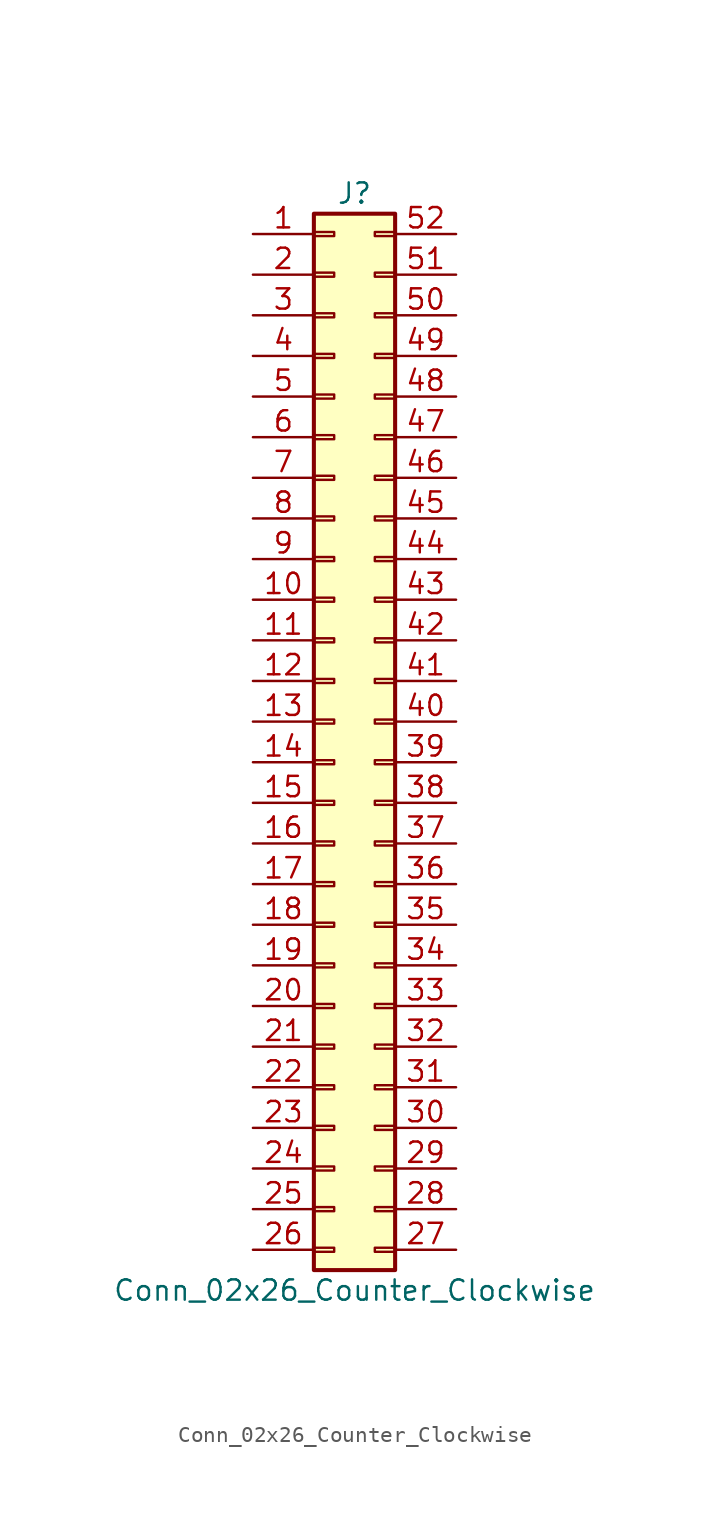
<source format=kicad_sym>
(kicad_symbol_lib
  (version 20220914)
  (generator kicad_symbol_editor)
  (symbol "Conn_02x26_Counter_Clockwise"
    (pin_names
      (offset 1.016) hide)
    (property "Reference" "J"
      (at 1.27 33.02 0)
      (effects (font (size 1.27 1.27))))
    (property "Value" "Conn_02x26_Counter_Clockwise"
      (at 1.27 -35.56 0)
      (effects (font (size 1.27 1.27))))
    (symbol "Conn_02x26_Counter_Clockwise_1_1"
      (rectangle (start -1.27 -32.893) (end 0 -33.147) (stroke (width 0.152) (type default)) (fill (type none)))
      (rectangle (start -1.27 -30.353) (end 0 -30.607) (stroke (width 0.152) (type default)) (fill (type none)))
      (rectangle (start -1.27 -27.813) (end 0 -28.067) (stroke (width 0.152) (type default)) (fill (type none)))
      (rectangle (start -1.27 -25.273) (end 0 -25.527) (stroke (width 0.152) (type default)) (fill (type none)))
      (rectangle (start -1.27 -22.733) (end 0 -22.987) (stroke (width 0.152) (type default)) (fill (type none)))
      (rectangle (start -1.27 -20.193) (end 0 -20.447) (stroke (width 0.152) (type default)) (fill (type none)))
      (rectangle (start -1.27 -17.653) (end 0 -17.907) (stroke (width 0.152) (type default)) (fill (type none)))
      (rectangle (start -1.27 -15.113) (end 0 -15.367) (stroke (width 0.152) (type default)) (fill (type none)))
      (rectangle (start -1.27 -12.573) (end 0 -12.827) (stroke (width 0.152) (type default)) (fill (type none)))
      (rectangle (start -1.27 -10.033) (end 0 -10.287) (stroke (width 0.152) (type default)) (fill (type none)))
      (rectangle (start -1.27 -7.493) (end 0 -7.747) (stroke (width 0.152) (type default)) (fill (type none)))
      (rectangle (start -1.27 -4.953) (end 0 -5.207) (stroke (width 0.152) (type default)) (fill (type none)))
      (rectangle (start -1.27 -2.413) (end 0 -2.667) (stroke (width 0.152) (type default)) (fill (type none)))
      (rectangle (start -1.27 0.127) (end 0 -0.127) (stroke (width 0.152) (type default)) (fill (type none)))
      (rectangle (start -1.27 2.667) (end 0 2.413) (stroke (width 0.152) (type default)) (fill (type none)))
      (rectangle (start -1.27 5.207) (end 0 4.953) (stroke (width 0.152) (type default)) (fill (type none)))
      (rectangle (start -1.27 7.747) (end 0 7.493) (stroke (width 0.152) (type default)) (fill (type none)))
      (rectangle (start -1.27 10.287) (end 0 10.033) (stroke (width 0.152) (type default)) (fill (type none)))
      (rectangle (start -1.27 12.827) (end 0 12.573) (stroke (width 0.152) (type default)) (fill (type none)))
      (rectangle (start -1.27 15.367) (end 0 15.113) (stroke (width 0.152) (type default)) (fill (type none)))
      (rectangle (start -1.27 17.907) (end 0 17.653) (stroke (width 0.152) (type default)) (fill (type none)))
      (rectangle (start -1.27 20.447) (end 0 20.193) (stroke (width 0.152) (type default)) (fill (type none)))
      (rectangle (start -1.27 22.987) (end 0 22.733) (stroke (width 0.152) (type default)) (fill (type none)))
      (rectangle (start -1.27 25.527) (end 0 25.273) (stroke (width 0.152) (type default)) (fill (type none)))
      (rectangle (start -1.27 28.067) (end 0 27.813) (stroke (width 0.152) (type default)) (fill (type none)))
      (rectangle (start -1.27 30.607) (end 0 30.353) (stroke (width 0.152) (type default)) (fill (type none)))
      (rectangle (start -1.27 31.75) (end 3.81 -34.29) (stroke (width 0.254) (type default)) (fill (type background)))
      (rectangle (start 3.81 -32.893) (end 2.54 -33.147) (stroke (width 0.152) (type default)) (fill (type none)))
      (rectangle (start 3.81 -30.353) (end 2.54 -30.607) (stroke (width 0.152) (type default)) (fill (type none)))
      (rectangle (start 3.81 -27.813) (end 2.54 -28.067) (stroke (width 0.152) (type default)) (fill (type none)))
      (rectangle (start 3.81 -25.273) (end 2.54 -25.527) (stroke (width 0.152) (type default)) (fill (type none)))
      (rectangle (start 3.81 -22.733) (end 2.54 -22.987) (stroke (width 0.152) (type default)) (fill (type none)))
      (rectangle (start 3.81 -20.193) (end 2.54 -20.447) (stroke (width 0.152) (type default)) (fill (type none)))
      (rectangle (start 3.81 -17.653) (end 2.54 -17.907) (stroke (width 0.152) (type default)) (fill (type none)))
      (rectangle (start 3.81 -15.113) (end 2.54 -15.367) (stroke (width 0.152) (type default)) (fill (type none)))
      (rectangle (start 3.81 -12.573) (end 2.54 -12.827) (stroke (width 0.152) (type default)) (fill (type none)))
      (rectangle (start 3.81 -10.033) (end 2.54 -10.287) (stroke (width 0.152) (type default)) (fill (type none)))
      (rectangle (start 3.81 -7.493) (end 2.54 -7.747) (stroke (width 0.152) (type default)) (fill (type none)))
      (rectangle (start 3.81 -4.953) (end 2.54 -5.207) (stroke (width 0.152) (type default)) (fill (type none)))
      (rectangle (start 3.81 -2.413) (end 2.54 -2.667) (stroke (width 0.152) (type default)) (fill (type none)))
      (rectangle (start 3.81 0.127) (end 2.54 -0.127) (stroke (width 0.152) (type default)) (fill (type none)))
      (rectangle (start 3.81 2.667) (end 2.54 2.413) (stroke (width 0.152) (type default)) (fill (type none)))
      (rectangle (start 3.81 5.207) (end 2.54 4.953) (stroke (width 0.152) (type default)) (fill (type none)))
      (rectangle (start 3.81 7.747) (end 2.54 7.493) (stroke (width 0.152) (type default)) (fill (type none)))
      (rectangle (start 3.81 10.287) (end 2.54 10.033) (stroke (width 0.152) (type default)) (fill (type none)))
      (rectangle (start 3.81 12.827) (end 2.54 12.573) (stroke (width 0.152) (type default)) (fill (type none)))
      (rectangle (start 3.81 15.367) (end 2.54 15.113) (stroke (width 0.152) (type default)) (fill (type none)))
      (rectangle (start 3.81 17.907) (end 2.54 17.653) (stroke (width 0.152) (type default)) (fill (type none)))
      (rectangle (start 3.81 20.447) (end 2.54 20.193) (stroke (width 0.152) (type default)) (fill (type none)))
      (rectangle (start 3.81 22.987) (end 2.54 22.733) (stroke (width 0.152) (type default)) (fill (type none)))
      (rectangle (start 3.81 25.527) (end 2.54 25.273) (stroke (width 0.152) (type default)) (fill (type none)))
      (rectangle (start 3.81 28.067) (end 2.54 27.813) (stroke (width 0.152) (type default)) (fill (type none)))
      (rectangle (start 3.81 30.607) (end 2.54 30.353) (stroke (width 0.152) (type default)) (fill (type none)))
      (pin passive line (at -5.08 30.48 0) (length 3.81) (name "Pin_1" (effects (font (size 1.27 1.27)))) (number "1" (effects (font (size 1.27 1.27)))))
      (pin passive line (at -5.08 7.62 0) (length 3.81) (name "Pin_10" (effects (font (size 1.27 1.27)))) (number "10" (effects (font (size 1.27 1.27)))))
      (pin passive line (at -5.08 5.08 0) (length 3.81) (name "Pin_11" (effects (font (size 1.27 1.27)))) (number "11" (effects (font (size 1.27 1.27)))))
      (pin passive line (at -5.08 2.54 0) (length 3.81) (name "Pin_12" (effects (font (size 1.27 1.27)))) (number "12" (effects (font (size 1.27 1.27)))))
      (pin passive line (at -5.08 0 0) (length 3.81) (name "Pin_13" (effects (font (size 1.27 1.27)))) (number "13" (effects (font (size 1.27 1.27)))))
      (pin passive line (at -5.08 -2.54 0) (length 3.81) (name "Pin_14" (effects (font (size 1.27 1.27)))) (number "14" (effects (font (size 1.27 1.27)))))
      (pin passive line (at -5.08 -5.08 0) (length 3.81) (name "Pin_15" (effects (font (size 1.27 1.27)))) (number "15" (effects (font (size 1.27 1.27)))))
      (pin passive line (at -5.08 -7.62 0) (length 3.81) (name "Pin_16" (effects (font (size 1.27 1.27)))) (number "16" (effects (font (size 1.27 1.27)))))
      (pin passive line (at -5.08 -10.16 0) (length 3.81) (name "Pin_17" (effects (font (size 1.27 1.27)))) (number "17" (effects (font (size 1.27 1.27)))))
      (pin passive line (at -5.08 -12.7 0) (length 3.81) (name "Pin_18" (effects (font (size 1.27 1.27)))) (number "18" (effects (font (size 1.27 1.27)))))
      (pin passive line (at -5.08 -15.24 0) (length 3.81) (name "Pin_19" (effects (font (size 1.27 1.27)))) (number "19" (effects (font (size 1.27 1.27)))))
      (pin passive line (at -5.08 27.94 0) (length 3.81) (name "Pin_2" (effects (font (size 1.27 1.27)))) (number "2" (effects (font (size 1.27 1.27)))))
      (pin passive line (at -5.08 -17.78 0) (length 3.81) (name "Pin_20" (effects (font (size 1.27 1.27)))) (number "20" (effects (font (size 1.27 1.27)))))
      (pin passive line (at -5.08 -20.32 0) (length 3.81) (name "Pin_21" (effects (font (size 1.27 1.27)))) (number "21" (effects (font (size 1.27 1.27)))))
      (pin passive line (at -5.08 -22.86 0) (length 3.81) (name "Pin_22" (effects (font (size 1.27 1.27)))) (number "22" (effects (font (size 1.27 1.27)))))
      (pin passive line (at -5.08 -25.4 0) (length 3.81) (name "Pin_23" (effects (font (size 1.27 1.27)))) (number "23" (effects (font (size 1.27 1.27)))))
      (pin passive line (at -5.08 -27.94 0) (length 3.81) (name "Pin_24" (effects (font (size 1.27 1.27)))) (number "24" (effects (font (size 1.27 1.27)))))
      (pin passive line (at -5.08 -30.48 0) (length 3.81) (name "Pin_25" (effects (font (size 1.27 1.27)))) (number "25" (effects (font (size 1.27 1.27)))))
      (pin passive line (at -5.08 -33.02 0) (length 3.81) (name "Pin_26" (effects (font (size 1.27 1.27)))) (number "26" (effects (font (size 1.27 1.27)))))
      (pin passive line (at 7.62 -33.02 180) (length 3.81) (name "Pin_27" (effects (font (size 1.27 1.27)))) (number "27" (effects (font (size 1.27 1.27)))))
      (pin passive line (at 7.62 -30.48 180) (length 3.81) (name "Pin_28" (effects (font (size 1.27 1.27)))) (number "28" (effects (font (size 1.27 1.27)))))
      (pin passive line (at 7.62 -27.94 180) (length 3.81) (name "Pin_29" (effects (font (size 1.27 1.27)))) (number "29" (effects (font (size 1.27 1.27)))))
      (pin passive line (at -5.08 25.4 0) (length 3.81) (name "Pin_3" (effects (font (size 1.27 1.27)))) (number "3" (effects (font (size 1.27 1.27)))))
      (pin passive line (at 7.62 -25.4 180) (length 3.81) (name "Pin_30" (effects (font (size 1.27 1.27)))) (number "30" (effects (font (size 1.27 1.27)))))
      (pin passive line (at 7.62 -22.86 180) (length 3.81) (name "Pin_31" (effects (font (size 1.27 1.27)))) (number "31" (effects (font (size 1.27 1.27)))))
      (pin passive line (at 7.62 -20.32 180) (length 3.81) (name "Pin_32" (effects (font (size 1.27 1.27)))) (number "32" (effects (font (size 1.27 1.27)))))
      (pin passive line (at 7.62 -17.78 180) (length 3.81) (name "Pin_33" (effects (font (size 1.27 1.27)))) (number "33" (effects (font (size 1.27 1.27)))))
      (pin passive line (at 7.62 -15.24 180) (length 3.81) (name "Pin_34" (effects (font (size 1.27 1.27)))) (number "34" (effects (font (size 1.27 1.27)))))
      (pin passive line (at 7.62 -12.7 180) (length 3.81) (name "Pin_35" (effects (font (size 1.27 1.27)))) (number "35" (effects (font (size 1.27 1.27)))))
      (pin passive line (at 7.62 -10.16 180) (length 3.81) (name "Pin_36" (effects (font (size 1.27 1.27)))) (number "36" (effects (font (size 1.27 1.27)))))
      (pin passive line (at 7.62 -7.62 180) (length 3.81) (name "Pin_37" (effects (font (size 1.27 1.27)))) (number "37" (effects (font (size 1.27 1.27)))))
      (pin passive line (at 7.62 -5.08 180) (length 3.81) (name "Pin_38" (effects (font (size 1.27 1.27)))) (number "38" (effects (font (size 1.27 1.27)))))
      (pin passive line (at 7.62 -2.54 180) (length 3.81) (name "Pin_39" (effects (font (size 1.27 1.27)))) (number "39" (effects (font (size 1.27 1.27)))))
      (pin passive line (at -5.08 22.86 0) (length 3.81) (name "Pin_4" (effects (font (size 1.27 1.27)))) (number "4" (effects (font (size 1.27 1.27)))))
      (pin passive line (at 7.62 0 180) (length 3.81) (name "Pin_40" (effects (font (size 1.27 1.27)))) (number "40" (effects (font (size 1.27 1.27)))))
      (pin passive line (at 7.62 2.54 180) (length 3.81) (name "Pin_41" (effects (font (size 1.27 1.27)))) (number "41" (effects (font (size 1.27 1.27)))))
      (pin passive line (at 7.62 5.08 180) (length 3.81) (name "Pin_42" (effects (font (size 1.27 1.27)))) (number "42" (effects (font (size 1.27 1.27)))))
      (pin passive line (at 7.62 7.62 180) (length 3.81) (name "Pin_43" (effects (font (size 1.27 1.27)))) (number "43" (effects (font (size 1.27 1.27)))))
      (pin passive line (at 7.62 10.16 180) (length 3.81) (name "Pin_44" (effects (font (size 1.27 1.27)))) (number "44" (effects (font (size 1.27 1.27)))))
      (pin passive line (at 7.62 12.7 180) (length 3.81) (name "Pin_45" (effects (font (size 1.27 1.27)))) (number "45" (effects (font (size 1.27 1.27)))))
      (pin passive line (at 7.62 15.24 180) (length 3.81) (name "Pin_46" (effects (font (size 1.27 1.27)))) (number "46" (effects (font (size 1.27 1.27)))))
      (pin passive line (at 7.62 17.78 180) (length 3.81) (name "Pin_47" (effects (font (size 1.27 1.27)))) (number "47" (effects (font (size 1.27 1.27)))))
      (pin passive line (at 7.62 20.32 180) (length 3.81) (name "Pin_48" (effects (font (size 1.27 1.27)))) (number "48" (effects (font (size 1.27 1.27)))))
      (pin passive line (at 7.62 22.86 180) (length 3.81) (name "Pin_49" (effects (font (size 1.27 1.27)))) (number "49" (effects (font (size 1.27 1.27)))))
      (pin passive line (at -5.08 20.32 0) (length 3.81) (name "Pin_5" (effects (font (size 1.27 1.27)))) (number "5" (effects (font (size 1.27 1.27)))))
      (pin passive line (at 7.62 25.4 180) (length 3.81) (name "Pin_50" (effects (font (size 1.27 1.27)))) (number "50" (effects (font (size 1.27 1.27)))))
      (pin passive line (at 7.62 27.94 180) (length 3.81) (name "Pin_51" (effects (font (size 1.27 1.27)))) (number "51" (effects (font (size 1.27 1.27)))))
      (pin passive line (at 7.62 30.48 180) (length 3.81) (name "Pin_52" (effects (font (size 1.27 1.27)))) (number "52" (effects (font (size 1.27 1.27)))))
      (pin passive line (at -5.08 17.78 0) (length 3.81) (name "Pin_6" (effects (font (size 1.27 1.27)))) (number "6" (effects (font (size 1.27 1.27)))))
      (pin passive line (at -5.08 15.24 0) (length 3.81) (name "Pin_7" (effects (font (size 1.27 1.27)))) (number "7" (effects (font (size 1.27 1.27)))))
      (pin passive line (at -5.08 12.7 0) (length 3.81) (name "Pin_8" (effects (font (size 1.27 1.27)))) (number "8" (effects (font (size 1.27 1.27)))))
      (pin passive line (at -5.08 10.16 0) (length 3.81) (name "Pin_9" (effects (font (size 1.27 1.27)))) (number "9" (effects (font (size 1.27 1.27))))))))
</source>
